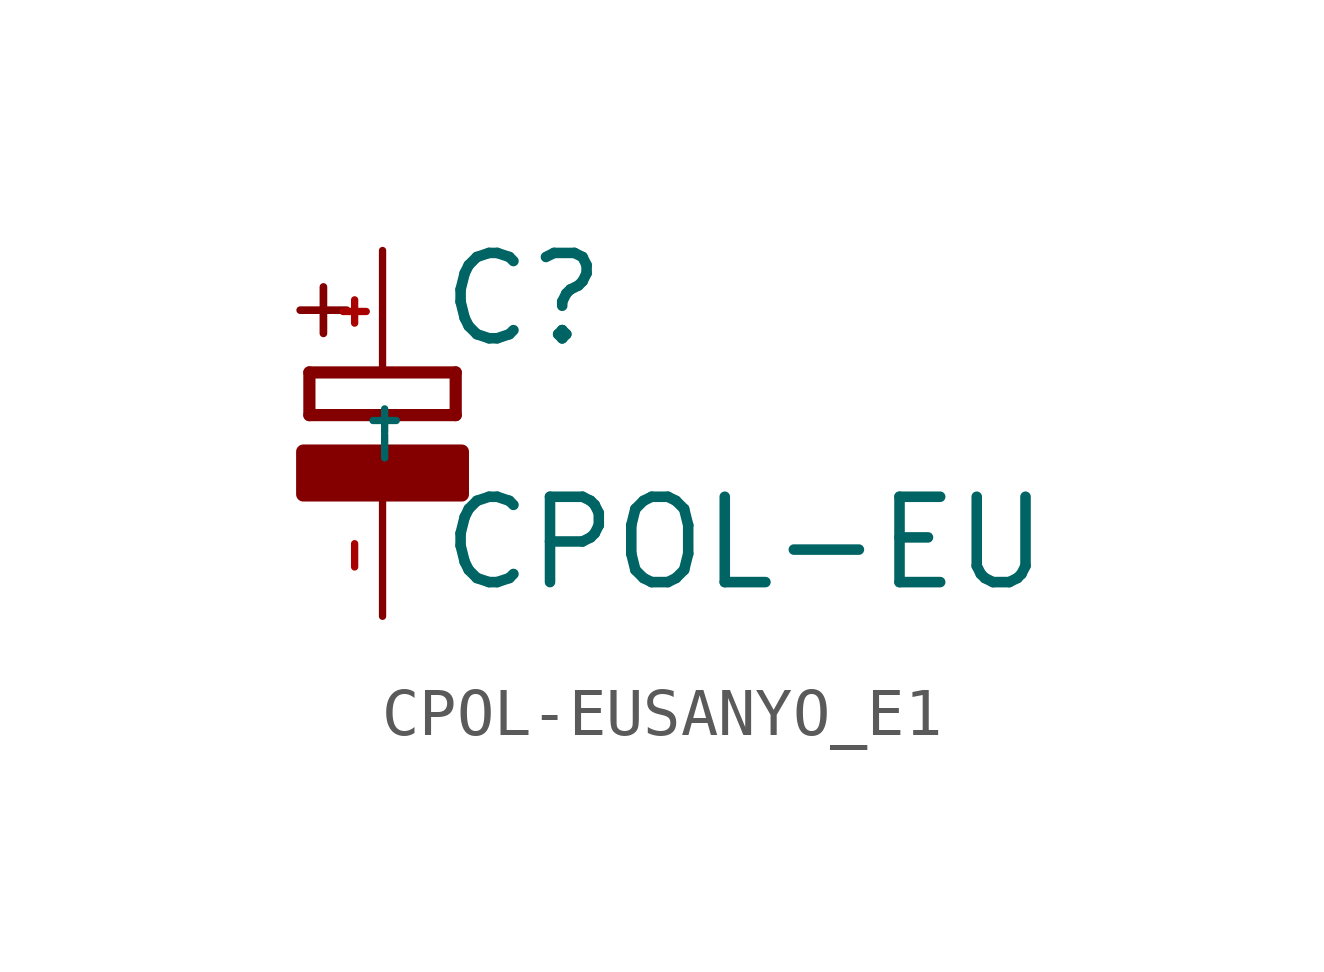
<source format=kicad_sym>
(kicad_symbol_lib
  (version 20220914)
  (generator Eagle2Kicad)
  (symbol "CPOL-EUSANYO_E1"
    (property "Reference" "C"
      (at 1.143 0.483 0)
      (effects (font (size 1.778 1.778) (thickness 0.22)) (justify left bottom)))
    (property "Value" "CPOL-EU"
      (at 1.143 -4.597 0)
      (effects (font (size 1.778 1.778) (thickness 0.22)) (justify left bottom)))
    (polyline
      (pts (xy -1.524 -0.889) (xy 1.524 -0.889))
      (stroke (width 0.254) (type default))
      (fill (type none)))
    (polyline
      (pts (xy 1.524 -0.889) (xy 1.524 0))
      (stroke (width 0.254) (type default))
      (fill (type none)))
    (polyline
      (pts (xy -1.524 0) (xy -1.524 -0.889))
      (stroke (width 0.254) (type default))
      (fill (type none)))
    (polyline
      (pts (xy -1.524 0) (xy 1.524 0))
      (stroke (width 0.254) (type default))
      (fill (type none)))
    (text "+"
      (at -0.584 0.406 900)
      (effects (font (size 1.27 1.27) (thickness 0.16)) (justify left bottom)))
    (rectangle
      (start -1.651 -2.54)
      (end 1.651 -1.651)
      (stroke (width 0.3) (type default))
      (fill (type outline)))
    (pin passive line
      (at 0 -5.08 90)
      (length 2.54)
      (name "-" (effects (font (size 0.635 0.635) (thickness 0.08)) (justify left bottom)))
      (number "-" (effects (font (size 0.635 0.635) (thickness 0.08)) (justify left bottom))))
    (pin passive line
      (at 0 2.54 270)
      (length 2.54)
      (name "+" (effects (font (size 0.635 0.635) (thickness 0.08)) (justify left bottom)))
      (number "+" (effects (font (size 0.635 0.635) (thickness 0.08)) (justify left bottom))))))
</source>
